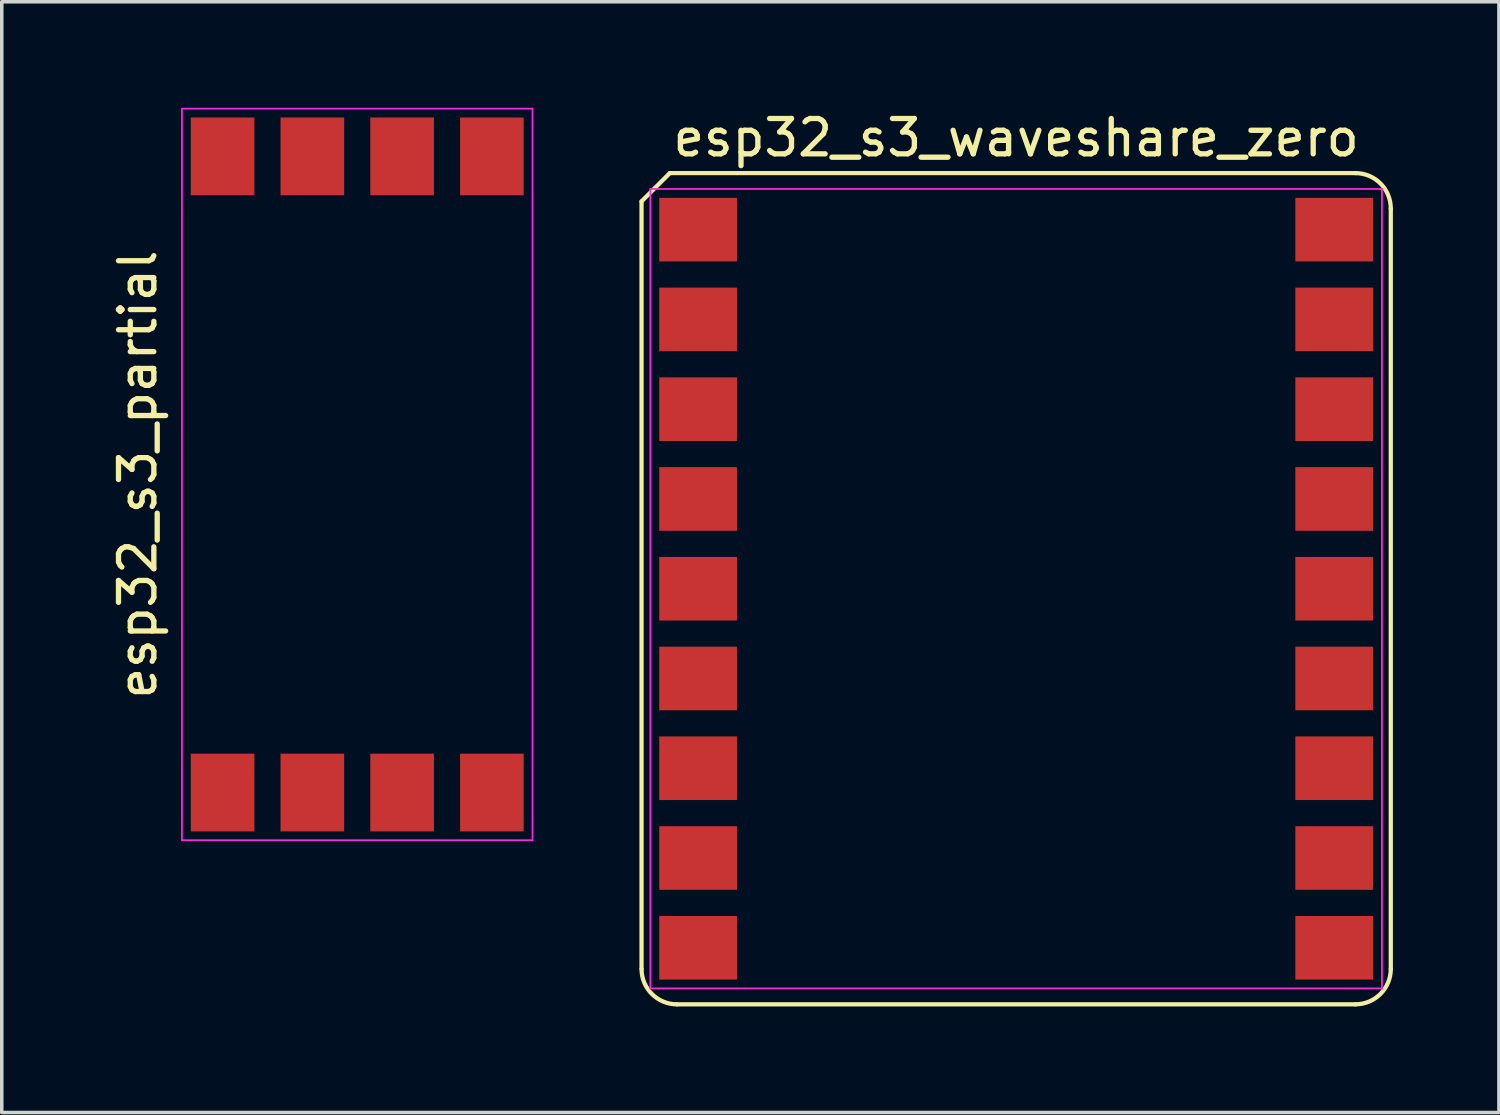
<source format=kicad_pcb>
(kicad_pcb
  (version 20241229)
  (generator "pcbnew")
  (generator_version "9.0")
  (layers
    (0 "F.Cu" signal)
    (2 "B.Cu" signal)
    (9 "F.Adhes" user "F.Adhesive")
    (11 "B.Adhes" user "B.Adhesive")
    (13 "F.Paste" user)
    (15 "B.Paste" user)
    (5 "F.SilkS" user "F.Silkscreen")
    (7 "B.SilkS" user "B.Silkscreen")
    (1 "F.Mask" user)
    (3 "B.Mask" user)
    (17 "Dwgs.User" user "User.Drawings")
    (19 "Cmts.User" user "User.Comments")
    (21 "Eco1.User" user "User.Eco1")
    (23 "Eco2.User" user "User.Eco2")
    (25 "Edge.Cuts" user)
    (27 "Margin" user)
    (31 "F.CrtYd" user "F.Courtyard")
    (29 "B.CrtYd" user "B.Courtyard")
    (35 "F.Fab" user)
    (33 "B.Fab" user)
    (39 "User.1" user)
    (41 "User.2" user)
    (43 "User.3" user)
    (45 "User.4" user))
  (footprint "esp32_s3_partial"
    (layer "F.Cu")
    (at 7.058 10.375)
    (property "Reference" "esp32_s3_partial" (at -6.21 0 90) (layer "F.SilkS") (effects (font (size 1 1) (thickness 0.15))))
    (attr smd)
    (fp_line (start -4.96 -10.35) (end 4.96 -10.35) (stroke (width 0.05) (type default)) (layer "F.CrtYd"))
    (fp_line (start -4.96 10.35) (end -4.96 -10.35) (stroke (width 0.05) (type default)) (layer "F.CrtYd"))
    (fp_line (start 4.96 -10.35) (end 4.96 10.35) (stroke (width 0.05) (type default)) (layer "F.CrtYd"))
    (fp_line (start 4.96 10.35) (end -4.96 10.35) (stroke (width 0.05) (type default)) (layer "F.CrtYd"))
    (pad "1" smd rect (at -3.81 9) (size 1.8 2.2) (layers "F.Cu" "F.Mask" "F.Paste"))
    (pad "2" smd rect (at -1.27 9) (size 1.8 2.2) (layers "F.Cu" "F.Mask" "F.Paste"))
    (pad "3" smd rect (at 1.27 9) (size 1.8 2.2) (layers "F.Cu" "F.Mask" "F.Paste"))
    (pad "4" smd rect (at 3.81 9) (size 1.8 2.2) (layers "F.Cu" "F.Mask" "F.Paste"))
    (pad "5" smd rect (at 3.81 -9) (size 1.8 2.2) (layers "F.Cu" "F.Mask" "F.Paste"))
    (pad "6" smd rect (at 1.27 -9) (size 1.8 2.2) (layers "F.Cu" "F.Mask" "F.Paste"))
    (pad "7" smd rect (at -1.27 -9) (size 1.8 2.2) (layers "F.Cu" "F.Mask" "F.Paste"))
    (pad "8" smd rect (at -3.81 -9) (size 1.8 2.2) (layers "F.Cu" "F.Mask" "F.Paste")))
  (footprint "esp32_s3_waveshare_zero"
    (layer "F.Cu")
    (at 25.703 13.608)
    (property "Reference" "esp32_s3_waveshare_zero" (at 0 -12.76 0) (layer "F.SilkS") (effects (font (size 1 1) (thickness 0.15))))
    (attr smd)
    (fp_line (start -10.6 -10.96) (end -9.8 -11.76) (stroke (width 0.12) (type default)) (layer "F.SilkS"))
    (fp_line (start -10.6 10.76) (end -10.6 -10.96) (stroke (width 0.12) (type default)) (layer "F.SilkS"))
    (fp_line (start -9.8 -11.76) (end 9.6 -11.76) (stroke (width 0.12) (type default)) (layer "F.SilkS"))
    (fp_line (start 9.6 11.76) (end -9.6 11.76) (stroke (width 0.12) (type default)) (layer "F.SilkS"))
    (fp_line (start 10.6 -10.76) (end 10.6 10.76) (stroke (width 0.12) (type default)) (layer "F.SilkS"))
    (fp_arc (start -9.6 11.76) (mid -10.307107 11.467107) (end -10.6 10.76) (stroke (width 0.12) (type default)) (layer "F.SilkS"))
    (fp_arc (start 9.6 -11.76) (mid 10.307107 -11.467107) (end 10.6 -10.76) (stroke (width 0.12) (type default)) (layer "F.SilkS"))
    (fp_arc (start 10.6 10.76) (mid 10.307107 11.467107) (end 9.6 11.76) (stroke (width 0.12) (type default)) (layer "F.SilkS"))
    (fp_line (start -10.35 -11.31) (end 10.35 -11.31) (stroke (width 0.05) (type default)) (layer "F.CrtYd"))
    (fp_line (start -10.35 11.31) (end -10.35 -11.31) (stroke (width 0.05) (type default)) (layer "F.CrtYd"))
    (fp_line (start 10.35 -11.31) (end 10.35 11.31) (stroke (width 0.05) (type default)) (layer "F.CrtYd"))
    (fp_line (start 10.35 11.31) (end -10.35 11.31) (stroke (width 0.05) (type default)) (layer "F.CrtYd"))
    (pad "1" smd rect (at -9 -10.16 270) (size 1.8 2.2) (layers "F.Cu" "F.Mask" "F.Paste"))
    (pad "2" smd rect (at -9 -7.62 270) (size 1.8 2.2) (layers "F.Cu" "F.Mask" "F.Paste"))
    (pad "3" smd rect (at -9 -5.08 270) (size 1.8 2.2) (layers "F.Cu" "F.Mask" "F.Paste"))
    (pad "4" smd rect (at -9 -2.54 270) (size 1.8 2.2) (layers "F.Cu" "F.Mask" "F.Paste"))
    (pad "5" smd rect (at -9 0 270) (size 1.8 2.2) (layers "F.Cu" "F.Mask" "F.Paste"))
    (pad "6" smd rect (at -9 2.54 270) (size 1.8 2.2) (layers "F.Cu" "F.Mask" "F.Paste"))
    (pad "7" smd rect (at -9 5.08 270) (size 1.8 2.2) (layers "F.Cu" "F.Mask" "F.Paste"))
    (pad "8" smd rect (at -9 7.62 270) (size 1.8 2.2) (layers "F.Cu" "F.Mask" "F.Paste"))
    (pad "9" smd rect (at -9 10.16 270) (size 1.8 2.2) (layers "F.Cu" "F.Mask" "F.Paste"))
    (pad "10" smd rect (at 9 10.16 270) (size 1.8 2.2) (layers "F.Cu" "F.Mask" "F.Paste"))
    (pad "11" smd rect (at 9 7.62 270) (size 1.8 2.2) (layers "F.Cu" "F.Mask" "F.Paste"))
    (pad "12" smd rect (at 9 5.08 270) (size 1.8 2.2) (layers "F.Cu" "F.Mask" "F.Paste"))
    (pad "13" smd rect (at 9 2.54 270) (size 1.8 2.2) (layers "F.Cu" "F.Mask" "F.Paste"))
    (pad "14" smd rect (at 9 0 270) (size 1.8 2.2) (layers "F.Cu" "F.Mask" "F.Paste"))
    (pad "15" smd rect (at 9 -2.54 270) (size 1.8 2.2) (layers "F.Cu" "F.Mask" "F.Paste"))
    (pad "16" smd rect (at 9 -5.08 270) (size 1.8 2.2) (layers "F.Cu" "F.Mask" "F.Paste"))
    (pad "17" smd rect (at 9 -7.62 270) (size 1.8 2.2) (layers "F.Cu" "F.Mask" "F.Paste"))
    (pad "18" smd rect (at 9 -10.16 270) (size 1.8 2.2) (layers "F.Cu" "F.Mask" "F.Paste")))
  (gr_rect
    (start -3 -3)
    (end 39.363 28.428)
    (stroke (width 0.1) (type default))
    (fill no)
    (layer "Edge.Cuts")))
</source>
